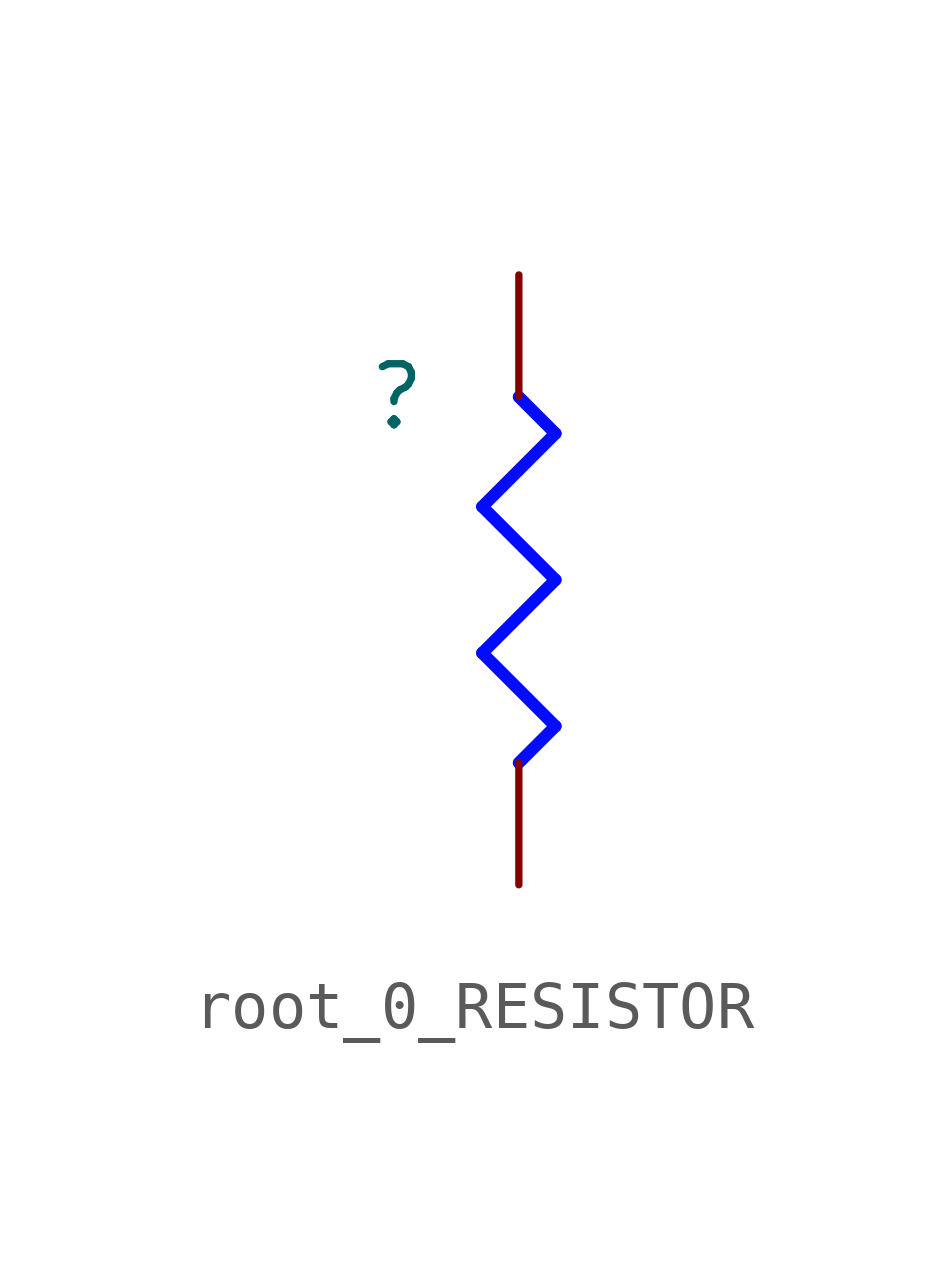
<source format=kicad_sym>
(kicad_symbol_lib
  (version 20231120)
  (generator "kicad_symbol_editor")
  (generator_version "8.0")
  (symbol "root_0_RESISTOR"
    (property "Reference" ""
      (at 0 0 0)
      (effects (font (size 1.27 1.27))))
    (property "Value" ""
      (at 0 0 0)
      (effects (font (size 1.27 1.27))))
    (symbol "root_0_RESISTOR_1_0"
      (polyline (pts (xy 1.778 -5.334) (xy 3.302 -6.858)) (stroke (width 0.254) (type solid) (color 0 11 255 1)) (fill (type none)))
      (polyline (pts (xy 1.778 -2.286) (xy 3.302 -3.81)) (stroke (width 0.254) (type solid) (color 0 11 255 1)) (fill (type none)))
      (polyline (pts (xy 2.54 0) (xy 3.302 -0.762)) (stroke (width 0.254) (type solid) (color 0 11 255 1)) (fill (type none)))
      (polyline (pts (xy 3.302 -6.858) (xy 2.54 -7.62)) (stroke (width 0.254) (type solid) (color 0 11 255 1)) (fill (type none)))
      (polyline (pts (xy 3.302 -3.81) (xy 1.778 -5.334)) (stroke (width 0.254) (type solid) (color 0 11 255 1)) (fill (type none)))
      (polyline (pts (xy 3.302 -0.762) (xy 1.778 -2.286)) (stroke (width 0.254) (type solid) (color 0 11 255 1)) (fill (type none)))
      (pin passive line (at 2.54 2.54 270) (length 2.54) (name "1" (effects (font (size 0 0)))) (number "1" (effects (font (size 0 0)))))
      (pin passive line (at 2.54 -10.16 90) (length 2.54) (name "2" (effects (font (size 0 0)))) (number "2" (effects (font (size 0 0))))))))
</source>
